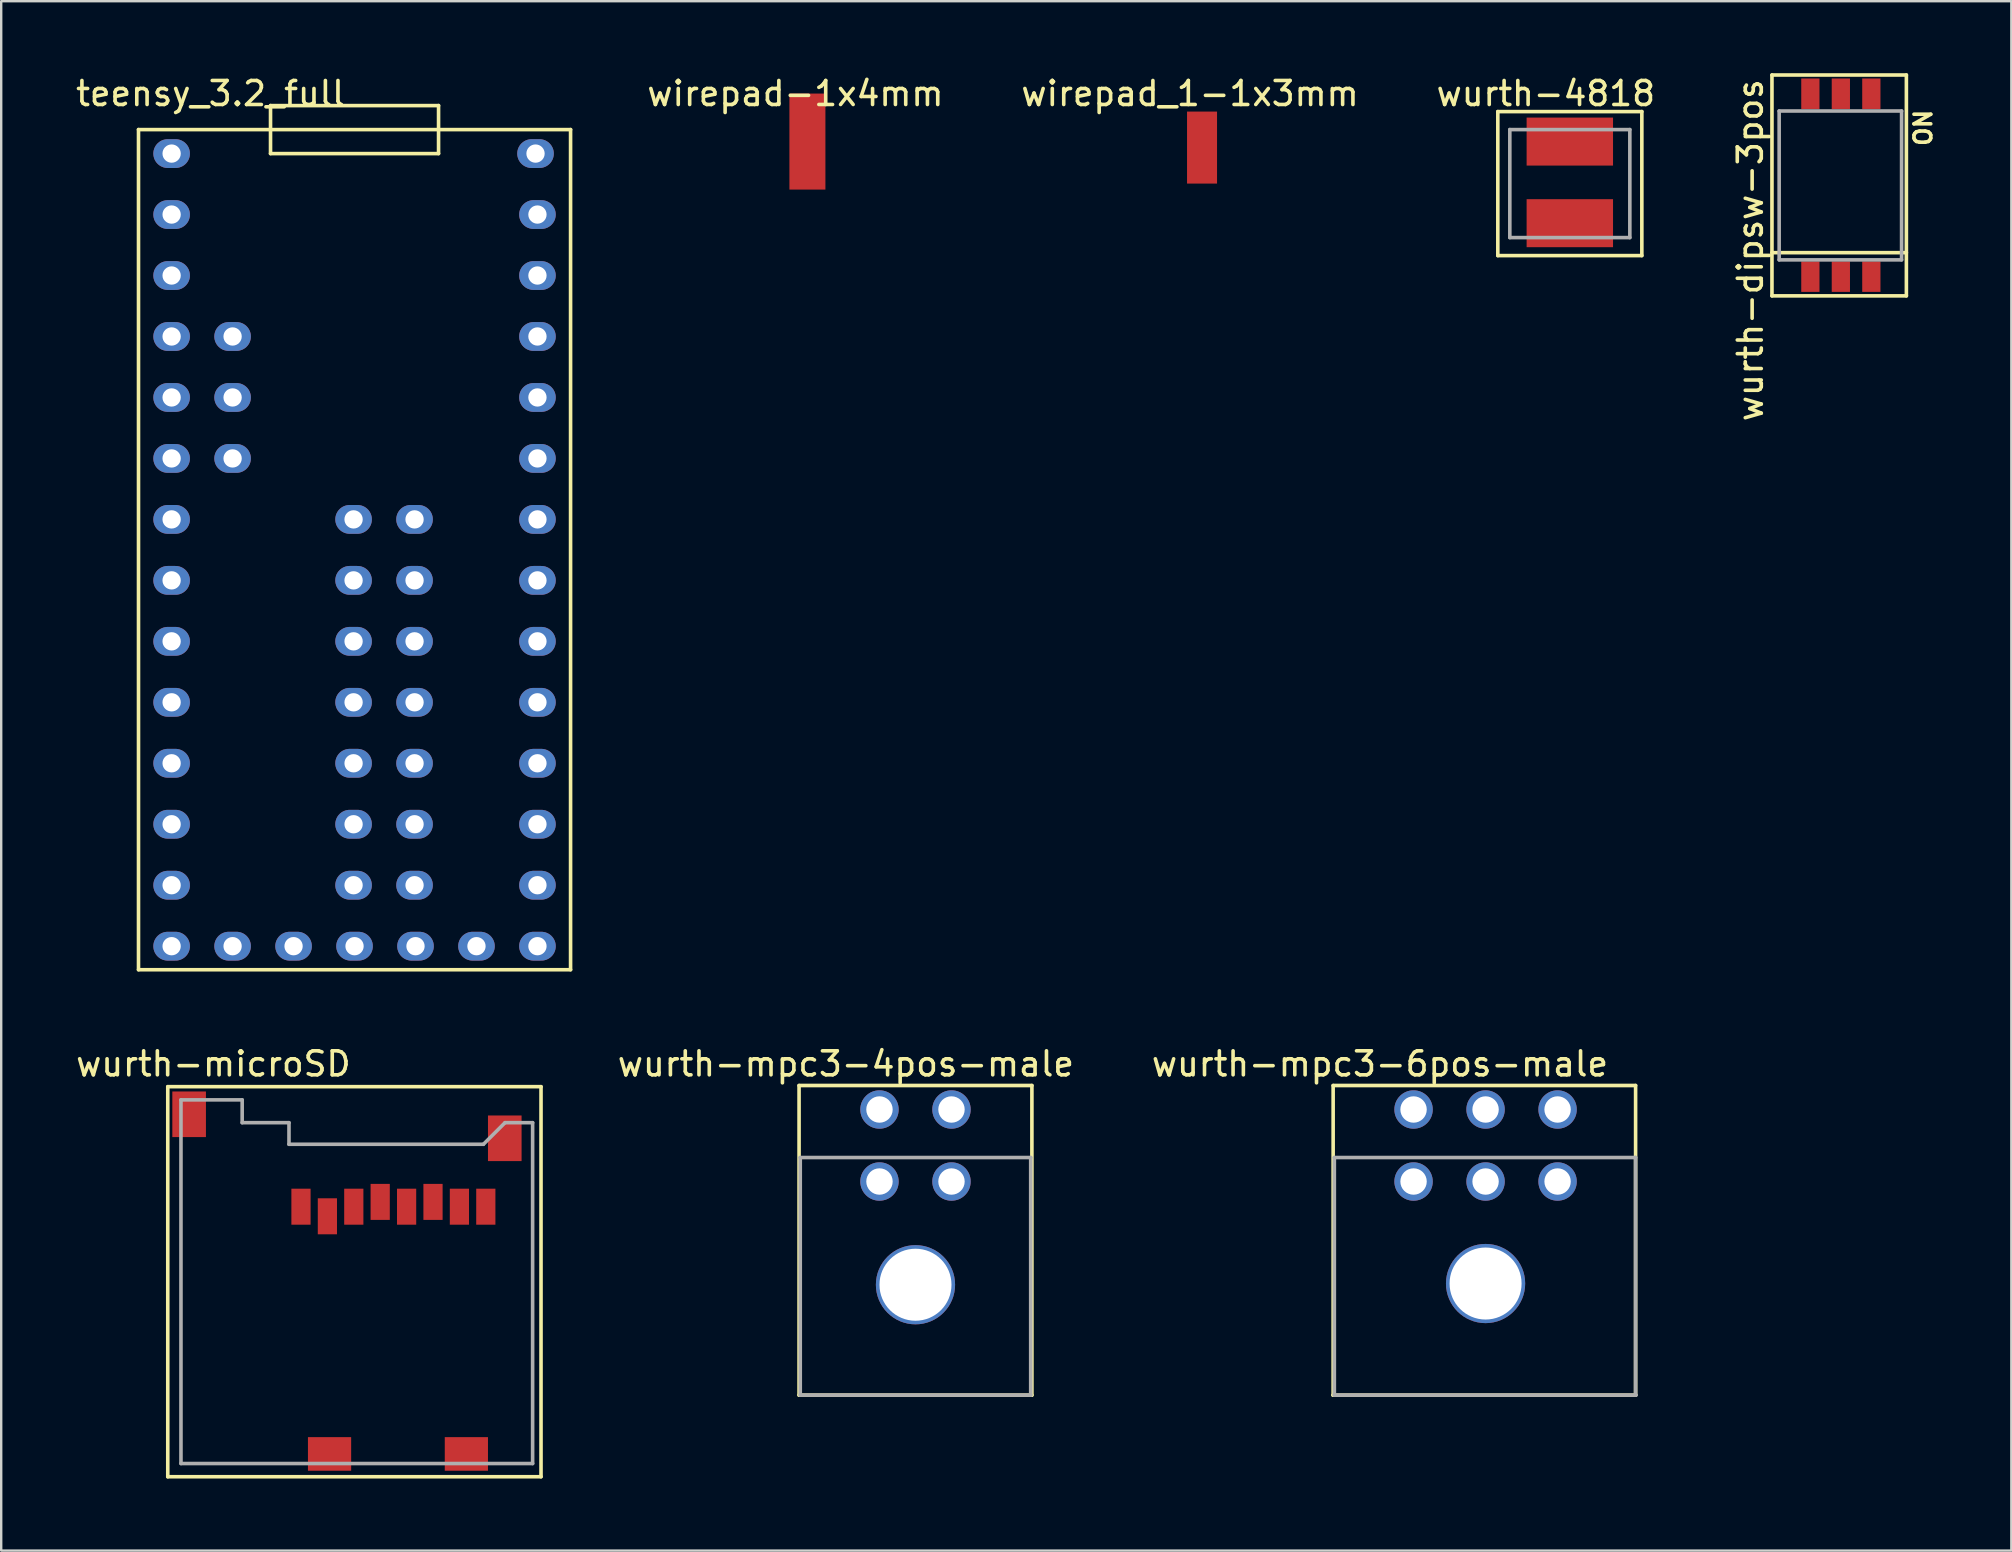
<source format=kicad_pcb>
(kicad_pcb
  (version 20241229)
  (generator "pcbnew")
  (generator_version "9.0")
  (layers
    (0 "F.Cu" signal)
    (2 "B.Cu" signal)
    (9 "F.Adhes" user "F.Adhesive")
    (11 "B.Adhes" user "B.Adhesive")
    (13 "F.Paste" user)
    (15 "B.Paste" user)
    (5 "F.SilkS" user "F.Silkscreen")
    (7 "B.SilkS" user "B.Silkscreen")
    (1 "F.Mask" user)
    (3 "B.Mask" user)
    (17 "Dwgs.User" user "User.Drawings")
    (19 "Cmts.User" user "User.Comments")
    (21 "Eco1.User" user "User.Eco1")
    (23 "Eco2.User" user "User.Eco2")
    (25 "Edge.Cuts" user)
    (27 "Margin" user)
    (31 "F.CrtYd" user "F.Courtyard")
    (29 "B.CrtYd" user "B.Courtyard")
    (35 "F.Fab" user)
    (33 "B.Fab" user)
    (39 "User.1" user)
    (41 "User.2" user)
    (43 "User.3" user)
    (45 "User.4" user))
  (footprint "wirepad_1-1x3mm"
    (layer "F.Cu")
    (at 47.027 3.098)
    (property "Reference" "wirepad_1-1x3mm" (at -0.5 -2.25 0) (layer "F.SilkS") (effects (font (size 1 1) (thickness 0.15))))
    (attr through_hole)
    (pad "1" smd rect (at 0 0) (size 1.25 3) (layers "F.Cu" "F.Mask" "F.Paste")))
  (footprint "wurth-dipsw-3pos"
    (layer "F.Cu")
    (at 72.37 8.475)
    (property "Reference" "wurth-dipsw-3pos" (at -2.5 -1.1 90) (layer "F.SilkS") (effects (font (size 1 1) (thickness 0.15))))
    (attr through_hole)
    (fp_line (start -1.6 -8.4) (end 4 -8.4) (stroke (width 0.15) (type solid)) (layer "F.SilkS"))
    (fp_line (start -1.6 -1) (end 4 -1) (stroke (width 0.15) (type solid)) (layer "F.SilkS"))
    (fp_line (start -1.6 0.8) (end -1.6 -8.4) (stroke (width 0.15) (type solid)) (layer "F.SilkS"))
    (fp_line (start 4 -8.4) (end 4 0.8) (stroke (width 0.15) (type solid)) (layer "F.SilkS"))
    (fp_line (start 4 0.8) (end -1.6 0.8) (stroke (width 0.15) (type solid)) (layer "F.SilkS"))
    (fp_line (start -1.3 -6.9) (end -1.3 -0.7) (stroke (width 0.15) (type solid)) (layer "F.Fab"))
    (fp_line (start -1.3 -0.7) (end 3.8 -0.7) (stroke (width 0.15) (type solid)) (layer "F.Fab"))
    (fp_line (start 3.8 -6.9) (end -1.3 -6.9) (stroke (width 0.15) (type solid)) (layer "F.Fab"))
    (fp_line (start 3.8 -0.7) (end 3.8 -6.9) (stroke (width 0.15) (type solid)) (layer "F.Fab"))
    (fp_text user "ON" (at 4.7 -6.2 90) (layer "F.SilkS") (effects (font (size 0.7 0.7) (thickness 0.15))))
    (pad "1" smd rect (at 0 0) (size 0.76 1.27) (layers "F.Cu" "F.Mask" "F.Paste"))
    (pad "2" smd rect (at 1.27 0) (size 0.76 1.27) (layers "F.Cu" "F.Mask" "F.Paste"))
    (pad "3" smd rect (at 2.54 0) (size 0.76 1.27) (layers "F.Cu" "F.Mask" "F.Paste"))
    (pad "4" smd rect (at 2.54 -7.62) (size 0.76 1.27) (layers "F.Cu" "F.Mask" "F.Paste"))
    (pad "5" smd rect (at 1.27 -7.62) (size 0.76 1.27) (layers "F.Cu" "F.Mask" "F.Paste"))
    (pad "6" smd rect (at 0 -7.62) (size 0.76 1.27) (layers "F.Cu" "F.Mask" "F.Paste")))
  (footprint "wurth-mpc3-6pos-male"
    (layer "F.Cu")
    (at 55.839 46.172)
    (property "Reference" "wurth-mpc3-6pos-male" (at -1.4 -4.9 0) (layer "F.SilkS") (effects (font (size 1 1) (thickness 0.15))))
    (attr through_hole)
    (fp_line (start -3.36 8.9) (end 9.25 8.9) (stroke (width 0.15) (type solid)) (layer "F.SilkS"))
    (fp_line (start -3.35 -4) (end 9.25 -4) (stroke (width 0.15) (type solid)) (layer "F.SilkS"))
    (fp_line (start -3.35 8.9) (end -3.35 -4) (stroke (width 0.15) (type solid)) (layer "F.SilkS"))
    (fp_line (start 9.25 8.9) (end 9.25 -4) (stroke (width 0.15) (type solid)) (layer "F.SilkS"))
    (fp_line (start -3.3 -1) (end 9.25 -1) (stroke (width 0.15) (type solid)) (layer "F.Fab"))
    (fp_line (start -3.3 8.9) (end -3.3 -1) (stroke (width 0.15) (type solid)) (layer "F.Fab"))
    (fp_line (start 9.25 -1) (end 9.25 8.9) (stroke (width 0.15) (type solid)) (layer "F.Fab"))
    (fp_line (start 9.27 8.9) (end -3.3 8.9) (stroke (width 0.15) (type solid)) (layer "F.Fab"))
    (pad "0" thru_hole circle (at 3 4.25) (size 3.3 3.3) (drill 3) (layers "*.Cu" "*.Mask"))
    (pad "1" thru_hole circle (at 6 0) (size 1.6 1.6) (drill 1.1) (layers "*.Cu" "*.Mask"))
    (pad "2" thru_hole circle (at 3 0) (size 1.6 1.6) (drill 1.1) (layers "*.Cu" "*.Mask"))
    (pad "3" thru_hole circle (at 0 0) (size 1.6 1.6) (drill 1.1) (layers "*.Cu" "*.Mask"))
    (pad "4" thru_hole circle (at 6 -3) (size 1.6 1.6) (drill 1.1) (layers "*.Cu" "*.Mask"))
    (pad "5" thru_hole circle (at 3 -3) (size 1.6 1.6) (drill 1.1) (layers "*.Cu" "*.Mask"))
    (pad "6" thru_hole circle (at 0 -3) (size 1.6 1.6) (drill 1.1) (layers "*.Cu" "*.Mask")))
  (footprint "wirepad-1x4mm"
    (layer "F.Cu")
    (at 30.587 2.848)
    (property "Reference" "wirepad-1x4mm" (at -0.5 -2 0) (layer "F.SilkS") (effects (font (size 1 1) (thickness 0.15))))
    (attr through_hole)
    (pad "1" smd rect (at 0 0) (size 1.5 4) (layers "F.Cu" "F.Mask" "F.Paste")))
  (footprint "wurth-microSD"
    (layer "F.Cu")
    (at 9.489 47.221)
    (property "Reference" "wurth-microSD" (at -3.65 -5.95 0) (layer "F.SilkS") (effects (font (size 1 1) (thickness 0.15))))
    (attr through_hole)
    (fp_line (start -5.55 -5) (end 10 -5) (stroke (width 0.15) (type solid)) (layer "F.SilkS"))
    (fp_line (start -5.55 11.25) (end -5.55 -5) (stroke (width 0.15) (type solid)) (layer "F.SilkS"))
    (fp_line (start 10 -5) (end 10 11.25) (stroke (width 0.15) (type solid)) (layer "F.SilkS"))
    (fp_line (start 10 11.25) (end -5.55 11.25) (stroke (width 0.15) (type solid)) (layer "F.SilkS"))
    (fp_line (start -5 -4.45) (end -2.45 -4.45) (stroke (width 0.15) (type solid)) (layer "F.Fab"))
    (fp_line (start -5 10.7) (end -5 -4.45) (stroke (width 0.15) (type solid)) (layer "F.Fab"))
    (fp_line (start -2.45 -4.45) (end -2.45 -3.5) (stroke (width 0.15) (type solid)) (layer "F.Fab"))
    (fp_line (start -2.45 -3.5) (end -0.5 -3.5) (stroke (width 0.15) (type solid)) (layer "F.Fab"))
    (fp_line (start -0.5 -3.5) (end -0.5 -2.6) (stroke (width 0.15) (type solid)) (layer "F.Fab"))
    (fp_line (start -0.5 -2.6) (end 7.6 -2.6) (stroke (width 0.15) (type solid)) (layer "F.Fab"))
    (fp_line (start 7.6 -2.6) (end 8.5 -3.5) (stroke (width 0.15) (type solid)) (layer "F.Fab"))
    (fp_line (start 8.5 -3.5) (end 9.65 -3.5) (stroke (width 0.15) (type solid)) (layer "F.Fab"))
    (fp_line (start 9.65 -3.5) (end 9.65 10.7) (stroke (width 0.15) (type solid)) (layer "F.Fab"))
    (fp_line (start 9.65 10.7) (end -5 10.7) (stroke (width 0.15) (type solid)) (layer "F.Fab"))
    (pad "1" smd rect (at 0 0) (size 0.8 1.5) (layers "F.Cu" "F.Mask" "F.Paste"))
    (pad "2" smd rect (at 1.1 0.4) (size 0.8 1.5) (layers "F.Cu" "F.Mask" "F.Paste"))
    (pad "3" smd rect (at 2.2 0) (size 0.8 1.5) (layers "F.Cu" "F.Mask" "F.Paste"))
    (pad "4" smd rect (at 3.3 -0.2) (size 0.8 1.5) (layers "F.Cu" "F.Mask" "F.Paste"))
    (pad "5" smd rect (at 4.4 0) (size 0.8 1.5) (layers "F.Cu" "F.Mask" "F.Paste"))
    (pad "6" smd rect (at 5.5 -0.2) (size 0.8 1.5) (layers "F.Cu" "F.Mask" "F.Paste"))
    (pad "7" smd rect (at 6.6 0) (size 0.8 1.5) (layers "F.Cu" "F.Mask" "F.Paste"))
    (pad "8" smd rect (at 7.7 0) (size 0.8 1.5) (layers "F.Cu" "F.Mask" "F.Paste"))
    (pad "9" smd rect (at -4.66 -3.85) (size 1.4 1.9) (layers "F.Cu" "F.Mask" "F.Paste"))
    (pad "9" smd rect (at 8.49 -2.85) (size 1.4 1.9) (layers "F.Cu" "F.Mask" "F.Paste"))
    (pad "10" smd rect (at 1.19 10.3) (size 1.8 1.4) (layers "F.Cu" "F.Mask" "F.Paste"))
    (pad "10" smd rect (at 6.89 10.3) (size 1.8 1.4) (layers "F.Cu" "F.Mask" "F.Paste")))
  (footprint "wurth-mpc3-4pos-male"
    (layer "F.Cu")
    (at 33.589 46.172)
    (property "Reference" "wurth-mpc3-4pos-male" (at -1.4 -4.9 0) (layer "F.SilkS") (effects (font (size 1 1) (thickness 0.15))))
    (attr through_hole)
    (fp_line (start -3.35 -4) (end 6.35 -4) (stroke (width 0.15) (type solid)) (layer "F.SilkS"))
    (fp_line (start -3.35 8.9) (end -3.35 -4) (stroke (width 0.15) (type solid)) (layer "F.SilkS"))
    (fp_line (start -3.35 8.9) (end 6.35 8.9) (stroke (width 0.15) (type solid)) (layer "F.SilkS"))
    (fp_line (start 6.35 8.9) (end 6.35 -4) (stroke (width 0.15) (type solid)) (layer "F.SilkS"))
    (fp_line (start -3.3 -1) (end 6.3 -1) (stroke (width 0.15) (type solid)) (layer "F.Fab"))
    (fp_line (start -3.3 8.9) (end -3.3 -1) (stroke (width 0.15) (type solid)) (layer "F.Fab"))
    (fp_line (start 6.3 -1) (end 6.3 8.9) (stroke (width 0.15) (type solid)) (layer "F.Fab"))
    (fp_line (start 6.3 8.9) (end -3.3 8.9) (stroke (width 0.15) (type solid)) (layer "F.Fab"))
    (pad "0" thru_hole circle (at 1.5 4.3) (size 3.3 3.3) (drill 3) (layers "*.Cu" "*.Mask"))
    (pad "1" thru_hole circle (at 3 0) (size 1.6 1.6) (drill 1.1) (layers "*.Cu" "*.Mask"))
    (pad "2" thru_hole circle (at 0 0) (size 1.6 1.6) (drill 1.1) (layers "*.Cu" "*.Mask"))
    (pad "3" thru_hole circle (at 3 -3) (size 1.6 1.6) (drill 1.1) (layers "*.Cu" "*.Mask"))
    (pad "4" thru_hole circle (at 0 -3) (size 1.6 1.6) (drill 1.1) (layers "*.Cu" "*.Mask")))
  (footprint "teensy_3.2_full"
    (layer "F.Cu")
    (at 11.72 3.348)
    (property "Reference" "teensy_3.2_full" (at -6 -2.5 0) (layer "F.SilkS") (effects (font (size 1 1) (thickness 0.15))))
    (attr through_hole)
    (fp_line (start -9 -1) (end -9 34) (stroke (width 0.15) (type solid)) (layer "F.SilkS"))
    (fp_line (start -9 34) (end 9 34) (stroke (width 0.15) (type solid)) (layer "F.SilkS"))
    (fp_line (start -3.5 -2) (end -3.5 0) (stroke (width 0.15) (type solid)) (layer "F.SilkS"))
    (fp_line (start -3.5 0) (end 3.5 0) (stroke (width 0.15) (type solid)) (layer "F.SilkS"))
    (fp_line (start 3.5 -2) (end -3.5 -2) (stroke (width 0.15) (type solid)) (layer "F.SilkS"))
    (fp_line (start 3.5 0) (end 3.5 -2) (stroke (width 0.15) (type solid)) (layer "F.SilkS"))
    (fp_line (start 9 -1) (end -9 -1) (stroke (width 0.15) (type solid)) (layer "F.SilkS"))
    (fp_line (start 9 34) (end 9 -1) (stroke (width 0.15) (type solid)) (layer "F.SilkS"))
    (pad "1" thru_hole oval (at -7.62 0) (size 1.524 1.2) (drill 0.762) (layers "*.Cu" "*.Mask"))
    (pad "2" thru_hole oval (at -7.62 2.54) (size 1.524 1.2) (drill 0.762) (layers "*.Cu" "*.Mask"))
    (pad "3" thru_hole oval (at -7.62 5.08) (size 1.524 1.2) (drill 0.762) (layers "*.Cu" "*.Mask"))
    (pad "4" thru_hole oval (at -7.62 7.62) (size 1.524 1.2) (drill 0.762) (layers "*.Cu" "*.Mask"))
    (pad "5" thru_hole oval (at -7.62 10.16) (size 1.524 1.2) (drill 0.762) (layers "*.Cu" "*.Mask"))
    (pad "6" thru_hole oval (at -7.62 12.7) (size 1.524 1.2) (drill 0.762) (layers "*.Cu" "*.Mask"))
    (pad "7" thru_hole oval (at -7.62 15.24) (size 1.524 1.2) (drill 0.762) (layers "*.Cu" "*.Mask"))
    (pad "8" thru_hole oval (at -7.62 17.78) (size 1.524 1.2) (drill 0.762) (layers "*.Cu" "*.Mask"))
    (pad "9" thru_hole oval (at -7.62 20.32) (size 1.524 1.2) (drill 0.762) (layers "*.Cu" "*.Mask"))
    (pad "10" thru_hole oval (at -7.62 22.86) (size 1.524 1.2) (drill 0.762) (layers "*.Cu" "*.Mask"))
    (pad "11" thru_hole oval (at -7.62 25.4) (size 1.524 1.2) (drill 0.762) (layers "*.Cu" "*.Mask"))
    (pad "12" thru_hole oval (at -7.62 27.94) (size 1.524 1.2) (drill 0.762) (layers "*.Cu" "*.Mask"))
    (pad "13" thru_hole oval (at -7.62 30.48) (size 1.524 1.2) (drill 0.762) (layers "*.Cu" "*.Mask"))
    (pad "14" thru_hole oval (at -7.62 33.02) (size 1.524 1.2) (drill 0.762) (layers "*.Cu" "*.Mask"))
    (pad "15" thru_hole oval (at 7.62 33.02) (size 1.524 1.2) (drill 0.762) (layers "*.Cu" "*.Mask"))
    (pad "16" thru_hole oval (at 7.62 30.48) (size 1.524 1.2) (drill 0.762) (layers "*.Cu" "*.Mask"))
    (pad "17" thru_hole oval (at 7.62 27.94) (size 1.524 1.2) (drill 0.762) (layers "*.Cu" "*.Mask"))
    (pad "18" thru_hole oval (at 7.62 25.4) (size 1.524 1.2) (drill 0.762) (layers "*.Cu" "*.Mask"))
    (pad "19" thru_hole oval (at 7.62 22.86) (size 1.524 1.2) (drill 0.762) (layers "*.Cu" "*.Mask"))
    (pad "20" thru_hole oval (at 7.62 20.32) (size 1.524 1.2) (drill 0.762) (layers "*.Cu" "*.Mask"))
    (pad "21" thru_hole oval (at 7.62 17.78) (size 1.524 1.2) (drill 0.762) (layers "*.Cu" "*.Mask"))
    (pad "22" thru_hole oval (at 7.62 15.24) (size 1.524 1.2) (drill 0.762) (layers "*.Cu" "*.Mask"))
    (pad "23" thru_hole oval (at 7.62 12.7) (size 1.524 1.2) (drill 0.762) (layers "*.Cu" "*.Mask"))
    (pad "24" thru_hole oval (at 7.62 10.16) (size 1.524 1.2) (drill 0.762) (layers "*.Cu" "*.Mask"))
    (pad "25" thru_hole oval (at 7.62 7.62) (size 1.524 1.2) (drill 0.762) (layers "*.Cu" "*.Mask"))
    (pad "26" thru_hole oval (at 7.62 5.08) (size 1.524 1.2) (drill 0.762) (layers "*.Cu" "*.Mask"))
    (pad "27" thru_hole oval (at 7.62 2.54) (size 1.524 1.2) (drill 0.762) (layers "*.Cu" "*.Mask"))
    (pad "28" thru_hole oval (at 7.54 0) (size 1.524 1.2) (drill 0.762) (layers "*.Cu" "*.Mask"))
    (pad "29" thru_hole oval (at 2.5 15.24) (size 1.524 1.2) (drill 0.762) (layers "*.Cu" "*.Mask"))
    (pad "30" thru_hole oval (at 2.5 17.78) (size 1.524 1.2) (drill 0.762) (layers "*.Cu" "*.Mask"))
    (pad "31" thru_hole oval (at 2.5 20.32) (size 1.524 1.2) (drill 0.762) (layers "*.Cu" "*.Mask"))
    (pad "32" thru_hole oval (at 2.5 22.86) (size 1.524 1.2) (drill 0.762) (layers "*.Cu" "*.Mask"))
    (pad "33" thru_hole oval (at 2.5 25.4) (size 1.524 1.2) (drill 0.762) (layers "*.Cu" "*.Mask"))
    (pad "34" thru_hole oval (at 2.5 27.94) (size 1.524 1.2) (drill 0.762) (layers "*.Cu" "*.Mask"))
    (pad "35" thru_hole oval (at 2.5 30.48) (size 1.524 1.2) (drill 0.762) (layers "*.Cu" "*.Mask"))
    (pad "36" thru_hole oval (at -0.04 15.24) (size 1.524 1.2) (drill 0.762) (layers "*.Cu" "*.Mask"))
    (pad "37" thru_hole oval (at -0.04 17.78) (size 1.524 1.2) (drill 0.762) (layers "*.Cu" "*.Mask"))
    (pad "38" thru_hole oval (at -0.04 20.32) (size 1.524 1.2) (drill 0.762) (layers "*.Cu" "*.Mask"))
    (pad "39" thru_hole oval (at -0.04 22.86) (size 1.524 1.2) (drill 0.762) (layers "*.Cu" "*.Mask"))
    (pad "40" thru_hole oval (at -0.04 25.4) (size 1.524 1.2) (drill 0.762) (layers "*.Cu" "*.Mask"))
    (pad "41" thru_hole oval (at -0.04 27.94) (size 1.524 1.2) (drill 0.762) (layers "*.Cu" "*.Mask"))
    (pad "42" thru_hole oval (at -0.04 30.48) (size 1.524 1.2) (drill 0.762) (layers "*.Cu" "*.Mask"))
    (pad "43" thru_hole oval (at -5.08 7.62) (size 1.524 1.2) (drill 0.762) (layers "*.Cu" "*.Mask"))
    (pad "44" thru_hole oval (at -5.08 10.16) (size 1.524 1.2) (drill 0.762) (layers "*.Cu" "*.Mask"))
    (pad "45" thru_hole oval (at -5.08 12.7) (size 1.524 1.2) (drill 0.762) (layers "*.Cu" "*.Mask"))
    (pad "46" thru_hole oval (at -5.08 33.02) (size 1.524 1.2) (drill 0.762) (layers "*.Cu" "*.Mask"))
    (pad "47" thru_hole oval (at -2.54 33.02) (size 1.524 1.2) (drill 0.762) (layers "*.Cu" "*.Mask"))
    (pad "48" thru_hole oval (at 0 33.02) (size 1.524 1.2) (drill 0.762) (layers "*.Cu" "*.Mask"))
    (pad "49" thru_hole oval (at 2.54 33.02) (size 1.524 1.2) (drill 0.762) (layers "*.Cu" "*.Mask"))
    (pad "50" thru_hole oval (at 5.08 33.02) (size 1.524 1.2) (drill 0.762) (layers "*.Cu" "*.Mask")))
  (footprint "wurth-4818"
    (layer "F.Cu")
    (at 62.349 2.848)
    (property "Reference" "wurth-4818" (at -1 -2 0) (layer "F.SilkS") (effects (font (size 1 1) (thickness 0.15))))
    (attr through_hole)
    (fp_line (start -3 -1.25) (end -3 4.75) (stroke (width 0.15) (type solid)) (layer "F.SilkS"))
    (fp_line (start -3 4.75) (end 3 4.75) (stroke (width 0.15) (type solid)) (layer "F.SilkS"))
    (fp_line (start 3 -1.25) (end -3 -1.25) (stroke (width 0.15) (type solid)) (layer "F.SilkS"))
    (fp_line (start 3 4.75) (end 3 -1.25) (stroke (width 0.15) (type solid)) (layer "F.SilkS"))
    (fp_line (start -2.5 -0.5) (end -2.5 4) (stroke (width 0.15) (type solid)) (layer "F.Fab"))
    (fp_line (start -2.5 4) (end 2.5 4) (stroke (width 0.15) (type solid)) (layer "F.Fab"))
    (fp_line (start 2.5 -0.5) (end -2.5 -0.5) (stroke (width 0.15) (type solid)) (layer "F.Fab"))
    (fp_line (start 2.5 4) (end 2.5 -0.5) (stroke (width 0.15) (type solid)) (layer "F.Fab"))
    (pad "1" smd rect (at 0 0) (size 3.6 2) (layers "F.Cu" "F.Mask" "F.Paste"))
    (pad "2" smd rect (at 0 3.4) (size 3.6 2) (layers "F.Cu" "F.Mask" "F.Paste")))
  (gr_rect
    (start -3 -3)
    (end 80.742 61.547)
    (stroke (width 0.1) (type default))
    (fill no)
    (layer "Edge.Cuts")))
</source>
